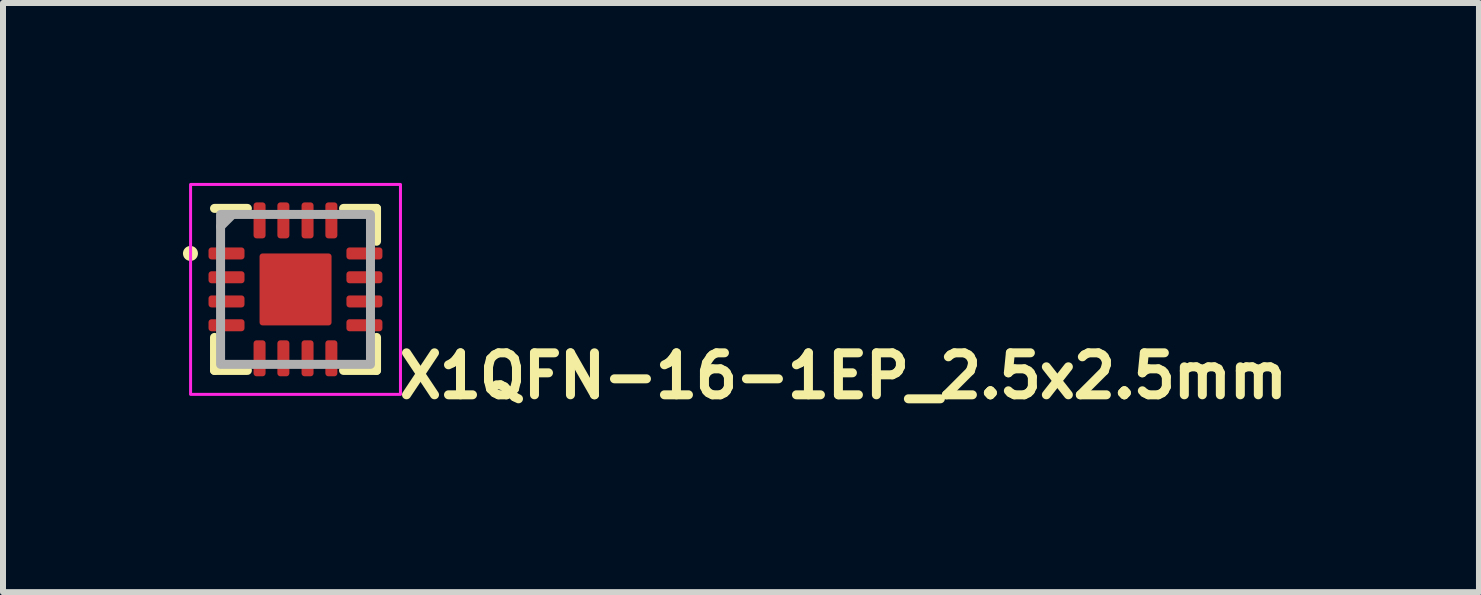
<source format=kicad_pcb>
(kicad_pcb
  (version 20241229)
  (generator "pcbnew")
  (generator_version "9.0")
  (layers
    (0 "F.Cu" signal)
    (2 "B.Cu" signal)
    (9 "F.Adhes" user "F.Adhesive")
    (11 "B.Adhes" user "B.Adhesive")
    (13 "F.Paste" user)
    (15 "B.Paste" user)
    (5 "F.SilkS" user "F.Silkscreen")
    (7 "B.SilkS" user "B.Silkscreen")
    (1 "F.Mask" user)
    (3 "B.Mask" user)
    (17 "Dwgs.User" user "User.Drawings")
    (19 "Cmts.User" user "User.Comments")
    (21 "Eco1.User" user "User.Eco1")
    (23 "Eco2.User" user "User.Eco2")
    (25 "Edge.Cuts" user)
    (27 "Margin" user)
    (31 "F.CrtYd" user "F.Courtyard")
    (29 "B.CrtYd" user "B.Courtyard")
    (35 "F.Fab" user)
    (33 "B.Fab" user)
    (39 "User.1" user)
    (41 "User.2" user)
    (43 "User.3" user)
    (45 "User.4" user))
  (footprint "X1QFN-16-1EP_2.5x2.5mm"
    (layer "F.Cu")
    (at 1.877 1.775)
    (property "Reference" "X1QFN-16-1EP_2.5x2.5mm" (at 1.651 1.85 0) (unlocked yes) (layer "F.SilkS") (effects (font (size 0.7 0.7) (thickness 0.15)) (justify left bottom)))
    (attr smd)
    (fp_line (start -1.351 -1.351) (end -0.803 -1.351) (stroke (width 0.15) (type solid)) (layer "F.SilkS"))
    (fp_line (start -1.351 1.35) (end -1.351 0.8) (stroke (width 0.15) (type solid)) (layer "F.SilkS"))
    (fp_line (start -0.803 1.35) (end -1.351 1.35) (stroke (width 0.15) (type solid)) (layer "F.SilkS"))
    (fp_line (start 0.8 -1.351) (end 1.35 -1.351) (stroke (width 0.15) (type solid)) (layer "F.SilkS"))
    (fp_line (start 1.35 -1.351) (end 1.35 -0.803) (stroke (width 0.15) (type solid)) (layer "F.SilkS"))
    (fp_line (start 1.35 0.8) (end 1.35 1.35) (stroke (width 0.15) (type solid)) (layer "F.SilkS"))
    (fp_line (start 1.35 1.35) (end 0.8 1.35) (stroke (width 0.15) (type solid)) (layer "F.SilkS"))
    (fp_circle (center -1.752 -0.6) (end -1.702 -0.6) (stroke (width 0.15) (type solid)) (fill yes) (layer "F.SilkS"))
    (fp_rect (start -1.75 -1.75) (end 1.749 1.749) (stroke (width 0.05) (type solid)) (fill no) (layer "F.CrtYd"))
    (fp_line (start -1.25 -1.05) (end -1.05 -1.25) (stroke (width 0.15) (type solid)) (layer "F.Fab"))
    (fp_rect (start -1.25 -1.25) (end 1.249 1.249) (stroke (width 0.15) (type solid)) (fill no) (layer "F.Fab"))
    (fp_rect (start -1.25 -1.25) (end 1.249 1.249) (stroke (width 0.1) (type solid)) (fill no) (layer "User.5"))
    (fp_line (start -1.25 -1.25) (end 1.249 -1.25) (stroke (width 0.02) (type solid)) (layer "User.9"))
    (fp_line (start -1.25 1.249) (end -1.25 -1.25) (stroke (width 0.02) (type solid)) (layer "User.9"))
    (fp_line (start -0.902 -0.802) (end -0.901 -0.796) (stroke (width 0.02) (type solid)) (layer "User.9"))
    (fp_line (start -0.901 -0.812) (end -0.901 -0.807) (stroke (width 0.02) (type solid)) (layer "User.9"))
    (fp_line (start -0.901 -0.807) (end -0.902 -0.801) (stroke (width 0.02) (type solid)) (layer "User.9"))
    (fp_line (start -0.901 -0.796) (end -0.901 -0.791) (stroke (width 0.02) (type solid)) (layer "User.9"))
    (fp_line (start -0.901 -0.791) (end -0.9 -0.786) (stroke (width 0.02) (type solid)) (layer "User.9"))
    (fp_line (start -0.9 -0.817) (end -0.901 -0.812) (stroke (width 0.02) (type solid)) (layer "User.9"))
    (fp_line (start -0.9 -0.786) (end -0.899 -0.781) (stroke (width 0.02) (type solid)) (layer "User.9"))
    (fp_line (start -0.899 -0.822) (end -0.9 -0.817) (stroke (width 0.02) (type solid)) (layer "User.9"))
    (fp_line (start -0.899 -0.781) (end -0.898 -0.777) (stroke (width 0.02) (type solid)) (layer "User.9"))
    (fp_line (start -0.898 -0.826) (end -0.899 -0.822) (stroke (width 0.02) (type solid)) (layer "User.9"))
    (fp_line (start -0.898 -0.777) (end -0.896 -0.772) (stroke (width 0.02) (type solid)) (layer "User.9"))
    (fp_line (start -0.896 -0.831) (end -0.898 -0.826) (stroke (width 0.02) (type solid)) (layer "User.9"))
    (fp_line (start -0.896 -0.772) (end -0.894 -0.766) (stroke (width 0.02) (type solid)) (layer "User.9"))
    (fp_line (start -0.894 -0.835) (end -0.896 -0.831) (stroke (width 0.02) (type solid)) (layer "User.9"))
    (fp_line (start -0.894 -0.766) (end -0.893 -0.762) (stroke (width 0.02) (type solid)) (layer "User.9"))
    (fp_line (start -0.893 -0.839) (end -0.894 -0.835) (stroke (width 0.02) (type solid)) (layer "User.9"))
    (fp_line (start -0.893 -0.762) (end -0.891 -0.757) (stroke (width 0.02) (type solid)) (layer "User.9"))
    (fp_line (start -0.891 -0.844) (end -0.893 -0.839) (stroke (width 0.02) (type solid)) (layer "User.9"))
    (fp_line (start -0.891 -0.757) (end -0.888 -0.753) (stroke (width 0.02) (type solid)) (layer "User.9"))
    (fp_line (start -0.888 -0.848) (end -0.891 -0.844) (stroke (width 0.02) (type solid)) (layer "User.9"))
    (fp_line (start -0.888 -0.753) (end -0.886 -0.749) (stroke (width 0.02) (type solid)) (layer "User.9"))
    (fp_line (start -0.886 -0.852) (end -0.888 -0.848) (stroke (width 0.02) (type solid)) (layer "User.9"))
    (fp_line (start -0.886 -0.749) (end -0.883 -0.745) (stroke (width 0.02) (type solid)) (layer "User.9"))
    (fp_line (start -0.883 -0.856) (end -0.886 -0.852) (stroke (width 0.02) (type solid)) (layer "User.9"))
    (fp_line (start -0.883 -0.745) (end -0.881 -0.741) (stroke (width 0.02) (type solid)) (layer "User.9"))
    (fp_line (start -0.881 -0.86) (end -0.883 -0.856) (stroke (width 0.02) (type solid)) (layer "User.9"))
    (fp_line (start -0.881 -0.741) (end -0.878 -0.737) (stroke (width 0.02) (type solid)) (layer "User.9"))
    (fp_line (start -0.878 -0.864) (end -0.881 -0.86) (stroke (width 0.02) (type solid)) (layer "User.9"))
    (fp_line (start -0.878 -0.737) (end -0.875 -0.733) (stroke (width 0.02) (type solid)) (layer "User.9"))
    (fp_line (start -0.875 -0.868) (end -0.878 -0.864) (stroke (width 0.02) (type solid)) (layer "User.9"))
    (fp_line (start -0.875 -0.733) (end -0.871 -0.73) (stroke (width 0.02) (type solid)) (layer "User.9"))
    (fp_line (start -0.871 -0.871) (end -0.875 -0.868) (stroke (width 0.02) (type solid)) (layer "User.9"))
    (fp_line (start -0.871 -0.73) (end -0.868 -0.727) (stroke (width 0.02) (type solid)) (layer "User.9"))
    (fp_line (start -0.868 -0.874) (end -0.871 -0.871) (stroke (width 0.02) (type solid)) (layer "User.9"))
    (fp_line (start -0.868 -0.727) (end -0.864 -0.723) (stroke (width 0.02) (type solid)) (layer "User.9"))
    (fp_line (start -0.864 -0.878) (end -0.868 -0.874) (stroke (width 0.02) (type solid)) (layer "User.9"))
    (fp_line (start -0.864 -0.723) (end -0.86 -0.72) (stroke (width 0.02) (type solid)) (layer "User.9"))
    (fp_line (start -0.86 -0.881) (end -0.864 -0.878) (stroke (width 0.02) (type solid)) (layer "User.9"))
    (fp_line (start -0.86 -0.72) (end -0.856 -0.718) (stroke (width 0.02) (type solid)) (layer "User.9"))
    (fp_line (start -0.856 -0.883) (end -0.86 -0.881) (stroke (width 0.02) (type solid)) (layer "User.9"))
    (fp_line (start -0.856 -0.718) (end -0.852 -0.715) (stroke (width 0.02) (type solid)) (layer "User.9"))
    (fp_line (start -0.852 -0.886) (end -0.856 -0.883) (stroke (width 0.02) (type solid)) (layer "User.9"))
    (fp_line (start -0.852 -0.715) (end -0.848 -0.713) (stroke (width 0.02) (type solid)) (layer "User.9"))
    (fp_line (start -0.848 -0.888) (end -0.852 -0.886) (stroke (width 0.02) (type solid)) (layer "User.9"))
    (fp_line (start -0.848 -0.713) (end -0.844 -0.71) (stroke (width 0.02) (type solid)) (layer "User.9"))
    (fp_line (start -0.844 -0.891) (end -0.848 -0.888) (stroke (width 0.02) (type solid)) (layer "User.9"))
    (fp_line (start -0.844 -0.71) (end -0.839 -0.708) (stroke (width 0.02) (type solid)) (layer "User.9"))
    (fp_line (start -0.839 -0.893) (end -0.844 -0.891) (stroke (width 0.02) (type solid)) (layer "User.9"))
    (fp_line (start -0.839 -0.708) (end -0.835 -0.707) (stroke (width 0.02) (type solid)) (layer "User.9"))
    (fp_line (start -0.835 -0.894) (end -0.839 -0.893) (stroke (width 0.02) (type solid)) (layer "User.9"))
    (fp_line (start -0.835 -0.707) (end -0.831 -0.705) (stroke (width 0.02) (type solid)) (layer "User.9"))
    (fp_line (start -0.831 -0.896) (end -0.835 -0.894) (stroke (width 0.02) (type solid)) (layer "User.9"))
    (fp_line (start -0.831 -0.705) (end -0.826 -0.704) (stroke (width 0.02) (type solid)) (layer "User.9"))
    (fp_line (start -0.826 -0.898) (end -0.831 -0.896) (stroke (width 0.02) (type solid)) (layer "User.9"))
    (fp_line (start -0.826 -0.704) (end -0.822 -0.704) (stroke (width 0.02) (type solid)) (layer "User.9"))
    (fp_line (start -0.822 -0.899) (end -0.826 -0.898) (stroke (width 0.02) (type solid)) (layer "User.9"))
    (fp_line (start -0.822 -0.704) (end -0.817 -0.703) (stroke (width 0.02) (type solid)) (layer "User.9"))
    (fp_line (start -0.817 -0.9) (end -0.822 -0.899) (stroke (width 0.02) (type solid)) (layer "User.9"))
    (fp_line (start -0.817 -0.703) (end -0.812 -0.702) (stroke (width 0.02) (type solid)) (layer "User.9"))
    (fp_line (start -0.812 -0.901) (end -0.817 -0.9) (stroke (width 0.02) (type solid)) (layer "User.9"))
    (fp_line (start -0.812 -0.702) (end -0.807 -0.702) (stroke (width 0.02) (type solid)) (layer "User.9"))
    (fp_line (start -0.807 -0.901) (end -0.812 -0.901) (stroke (width 0.02) (type solid)) (layer "User.9"))
    (fp_line (start -0.807 -0.702) (end -0.802 -0.702) (stroke (width 0.02) (type solid)) (layer "User.9"))
    (fp_line (start -0.802 -0.901) (end -0.807 -0.901) (stroke (width 0.02) (type solid)) (layer "User.9"))
    (fp_line (start -0.802 -0.901) (end -0.802 -0.901) (stroke (width 0.02) (type solid)) (layer "User.9"))
    (fp_line (start -0.802 -0.702) (end -0.802 -0.702) (stroke (width 0.02) (type solid)) (layer "User.9"))
    (fp_line (start -0.802 -0.702) (end -0.796 -0.702) (stroke (width 0.02) (type solid)) (layer "User.9"))
    (fp_line (start -0.796 -0.901) (end -0.802 -0.901) (stroke (width 0.02) (type solid)) (layer "User.9"))
    (fp_line (start -0.796 -0.702) (end -0.791 -0.702) (stroke (width 0.02) (type solid)) (layer "User.9"))
    (fp_line (start -0.791 -0.901) (end -0.796 -0.901) (stroke (width 0.02) (type solid)) (layer "User.9"))
    (fp_line (start -0.791 -0.702) (end -0.786 -0.703) (stroke (width 0.02) (type solid)) (layer "User.9"))
    (fp_line (start -0.786 -0.9) (end -0.791 -0.901) (stroke (width 0.02) (type solid)) (layer "User.9"))
    (fp_line (start -0.786 -0.703) (end -0.781 -0.704) (stroke (width 0.02) (type solid)) (layer "User.9"))
    (fp_line (start -0.781 -0.899) (end -0.786 -0.9) (stroke (width 0.02) (type solid)) (layer "User.9"))
    (fp_line (start -0.781 -0.704) (end -0.777 -0.704) (stroke (width 0.02) (type solid)) (layer "User.9"))
    (fp_line (start -0.777 -0.898) (end -0.781 -0.899) (stroke (width 0.02) (type solid)) (layer "User.9"))
    (fp_line (start -0.777 -0.704) (end -0.772 -0.705) (stroke (width 0.02) (type solid)) (layer "User.9"))
    (fp_line (start -0.772 -0.896) (end -0.777 -0.898) (stroke (width 0.02) (type solid)) (layer "User.9"))
    (fp_line (start -0.772 -0.705) (end -0.766 -0.707) (stroke (width 0.02) (type solid)) (layer "User.9"))
    (fp_line (start -0.766 -0.894) (end -0.772 -0.896) (stroke (width 0.02) (type solid)) (layer "User.9"))
    (fp_line (start -0.766 -0.707) (end -0.762 -0.708) (stroke (width 0.02) (type solid)) (layer "User.9"))
    (fp_line (start -0.762 -0.893) (end -0.766 -0.894) (stroke (width 0.02) (type solid)) (layer "User.9"))
    (fp_line (start -0.762 -0.708) (end -0.757 -0.71) (stroke (width 0.02) (type solid)) (layer "User.9"))
    (fp_line (start -0.757 -0.891) (end -0.762 -0.893) (stroke (width 0.02) (type solid)) (layer "User.9"))
    (fp_line (start -0.757 -0.71) (end -0.753 -0.713) (stroke (width 0.02) (type solid)) (layer "User.9"))
    (fp_line (start -0.753 -0.888) (end -0.757 -0.891) (stroke (width 0.02) (type solid)) (layer "User.9"))
    (fp_line (start -0.753 -0.713) (end -0.749 -0.715) (stroke (width 0.02) (type solid)) (layer "User.9"))
    (fp_line (start -0.749 -0.886) (end -0.753 -0.888) (stroke (width 0.02) (type solid)) (layer "User.9"))
    (fp_line (start -0.749 -0.715) (end -0.745 -0.718) (stroke (width 0.02) (type solid)) (layer "User.9"))
    (fp_line (start -0.745 -0.883) (end -0.749 -0.886) (stroke (width 0.02) (type solid)) (layer "User.9"))
    (fp_line (start -0.745 -0.718) (end -0.741 -0.72) (stroke (width 0.02) (type solid)) (layer "User.9"))
    (fp_line (start -0.741 -0.881) (end -0.745 -0.883) (stroke (width 0.02) (type solid)) (layer "User.9"))
    (fp_line (start -0.741 -0.72) (end -0.737 -0.723) (stroke (width 0.02) (type solid)) (layer "User.9"))
    (fp_line (start -0.737 -0.878) (end -0.741 -0.881) (stroke (width 0.02) (type solid)) (layer "User.9"))
    (fp_line (start -0.737 -0.723) (end -0.733 -0.727) (stroke (width 0.02) (type solid)) (layer "User.9"))
    (fp_line (start -0.733 -0.874) (end -0.737 -0.878) (stroke (width 0.02) (type solid)) (layer "User.9"))
    (fp_line (start -0.733 -0.727) (end -0.73 -0.73) (stroke (width 0.02) (type solid)) (layer "User.9"))
    (fp_line (start -0.73 -0.871) (end -0.733 -0.874) (stroke (width 0.02) (type solid)) (layer "User.9"))
    (fp_line (start -0.73 -0.73) (end -0.726 -0.733) (stroke (width 0.02) (type solid)) (layer "User.9"))
    (fp_line (start -0.726 -0.868) (end -0.73 -0.871) (stroke (width 0.02) (type solid)) (layer "User.9"))
    (fp_line (start -0.726 -0.733) (end -0.723 -0.737) (stroke (width 0.02) (type solid)) (layer "User.9"))
    (fp_line (start -0.723 -0.864) (end -0.726 -0.868) (stroke (width 0.02) (type solid)) (layer "User.9"))
    (fp_line (start -0.723 -0.737) (end -0.72 -0.741) (stroke (width 0.02) (type solid)) (layer "User.9"))
    (fp_line (start -0.72 -0.86) (end -0.723 -0.864) (stroke (width 0.02) (type solid)) (layer "User.9"))
    (fp_line (start -0.72 -0.741) (end -0.718 -0.745) (stroke (width 0.02) (type solid)) (layer "User.9"))
    (fp_line (start -0.718 -0.856) (end -0.72 -0.86) (stroke (width 0.02) (type solid)) (layer "User.9"))
    (fp_line (start -0.718 -0.745) (end -0.715 -0.749) (stroke (width 0.02) (type solid)) (layer "User.9"))
    (fp_line (start -0.715 -0.852) (end -0.718 -0.856) (stroke (width 0.02) (type solid)) (layer "User.9"))
    (fp_line (start -0.715 -0.749) (end -0.713 -0.753) (stroke (width 0.02) (type solid)) (layer "User.9"))
    (fp_line (start -0.713 -0.848) (end -0.715 -0.852) (stroke (width 0.02) (type solid)) (layer "User.9"))
    (fp_line (start -0.713 -0.753) (end -0.71 -0.757) (stroke (width 0.02) (type solid)) (layer "User.9"))
    (fp_line (start -0.71 -0.844) (end -0.713 -0.848) (stroke (width 0.02) (type solid)) (layer "User.9"))
    (fp_line (start -0.71 -0.757) (end -0.708 -0.762) (stroke (width 0.02) (type solid)) (layer "User.9"))
    (fp_line (start -0.708 -0.839) (end -0.71 -0.844) (stroke (width 0.02) (type solid)) (layer "User.9"))
    (fp_line (start -0.708 -0.762) (end -0.707 -0.766) (stroke (width 0.02) (type solid)) (layer "User.9"))
    (fp_line (start -0.707 -0.835) (end -0.708 -0.839) (stroke (width 0.02) (type solid)) (layer "User.9"))
    (fp_line (start -0.707 -0.766) (end -0.705 -0.772) (stroke (width 0.02) (type solid)) (layer "User.9"))
    (fp_line (start -0.705 -0.831) (end -0.707 -0.835) (stroke (width 0.02) (type solid)) (layer "User.9"))
    (fp_line (start -0.705 -0.772) (end -0.704 -0.777) (stroke (width 0.02) (type solid)) (layer "User.9"))
    (fp_line (start -0.704 -0.826) (end -0.705 -0.831) (stroke (width 0.02) (type solid)) (layer "User.9"))
    (fp_line (start -0.704 -0.822) (end -0.704 -0.826) (stroke (width 0.02) (type solid)) (layer "User.9"))
    (fp_line (start -0.704 -0.781) (end -0.703 -0.786) (stroke (width 0.02) (type solid)) (layer "User.9"))
    (fp_line (start -0.704 -0.777) (end -0.704 -0.781) (stroke (width 0.02) (type solid)) (layer "User.9"))
    (fp_line (start -0.703 -0.817) (end -0.704 -0.822) (stroke (width 0.02) (type solid)) (layer "User.9"))
    (fp_line (start -0.703 -0.786) (end -0.702 -0.791) (stroke (width 0.02) (type solid)) (layer "User.9"))
    (fp_line (start -0.702 -0.812) (end -0.703 -0.817) (stroke (width 0.02) (type solid)) (layer "User.9"))
    (fp_line (start -0.702 -0.807) (end -0.702 -0.812) (stroke (width 0.02) (type solid)) (layer "User.9"))
    (fp_line (start -0.702 -0.796) (end -0.701 -0.802) (stroke (width 0.02) (type solid)) (layer "User.9"))
    (fp_line (start -0.702 -0.791) (end -0.702 -0.796) (stroke (width 0.02) (type solid)) (layer "User.9"))
    (fp_line (start -0.701 -0.802) (end -0.702 -0.807) (stroke (width 0.02) (type solid)) (layer "User.9"))
    (fp_line (start 1.249 -1.25) (end 1.249 1.249) (stroke (width 0.02) (type solid)) (layer "User.9"))
    (fp_line (start 1.249 1.249) (end -1.25 1.249) (stroke (width 0.02) (type solid)) (layer "User.9"))
    (pad "1" smd roundrect (at -1.151 -0.6) (size 0.6 0.2) (layers "F.Cu" "F.Mask" "F.Paste") (roundrect_rratio 0.25))
    (pad "2" smd roundrect (at -1.151 -0.203) (size 0.6 0.2) (layers "F.Cu" "F.Mask" "F.Paste") (roundrect_rratio 0.25))
    (pad "3" smd roundrect (at -1.151 0.2) (size 0.6 0.2) (layers "F.Cu" "F.Mask" "F.Paste") (roundrect_rratio 0.25))
    (pad "4" smd roundrect (at -1.151 0.597) (size 0.6 0.2) (layers "F.Cu" "F.Mask" "F.Paste") (roundrect_rratio 0.25))
    (pad "5" smd roundrect (at -0.6 1.148 90) (size 0.6 0.2) (layers "F.Cu" "F.Mask" "F.Paste") (roundrect_rratio 0.25))
    (pad "6" smd roundrect (at -0.203 1.148 90) (size 0.6 0.2) (layers "F.Cu" "F.Mask" "F.Paste") (roundrect_rratio 0.25))
    (pad "7" smd roundrect (at 0.2 1.148 90) (size 0.6 0.2) (layers "F.Cu" "F.Mask" "F.Paste") (roundrect_rratio 0.25))
    (pad "8" smd roundrect (at 0.597 1.148 90) (size 0.6 0.2) (layers "F.Cu" "F.Mask" "F.Paste") (roundrect_rratio 0.25))
    (pad "9" smd roundrect (at 1.148 0.597) (size 0.6 0.2) (layers "F.Cu" "F.Mask" "F.Paste") (roundrect_rratio 0.25))
    (pad "10" smd roundrect (at 1.148 0.2) (size 0.6 0.2) (layers "F.Cu" "F.Mask" "F.Paste") (roundrect_rratio 0.25))
    (pad "11" smd roundrect (at 1.148 -0.203) (size 0.6 0.2) (layers "F.Cu" "F.Mask" "F.Paste") (roundrect_rratio 0.25))
    (pad "12" smd roundrect (at 1.148 -0.6) (size 0.6 0.2) (layers "F.Cu" "F.Mask" "F.Paste") (roundrect_rratio 0.25))
    (pad "13" smd roundrect (at 0.597 -1.151 90) (size 0.6 0.2) (layers "F.Cu" "F.Mask" "F.Paste") (roundrect_rratio 0.25))
    (pad "14" smd roundrect (at 0.2 -1.151 90) (size 0.6 0.2) (layers "F.Cu" "F.Mask" "F.Paste") (roundrect_rratio 0.25))
    (pad "15" smd roundrect (at -0.203 -1.151 90) (size 0.6 0.2) (layers "F.Cu" "F.Mask" "F.Paste") (roundrect_rratio 0.25))
    (pad "16" smd roundrect (at -0.6 -1.151 90) (size 0.6 0.2) (layers "F.Cu" "F.Mask" "F.Paste") (roundrect_rratio 0.25))
    (pad "17" smd roundrect (at 0 0 90) (size 1.2 1.2) (layers "F.Cu" "F.Mask" "F.Paste") (roundrect_rratio 0.042)))
  (gr_rect
    (start -3 -3)
    (end 21.605 6.821)
    (stroke (width 0.1) (type default))
    (fill no)
    (layer "Edge.Cuts")))
</source>
